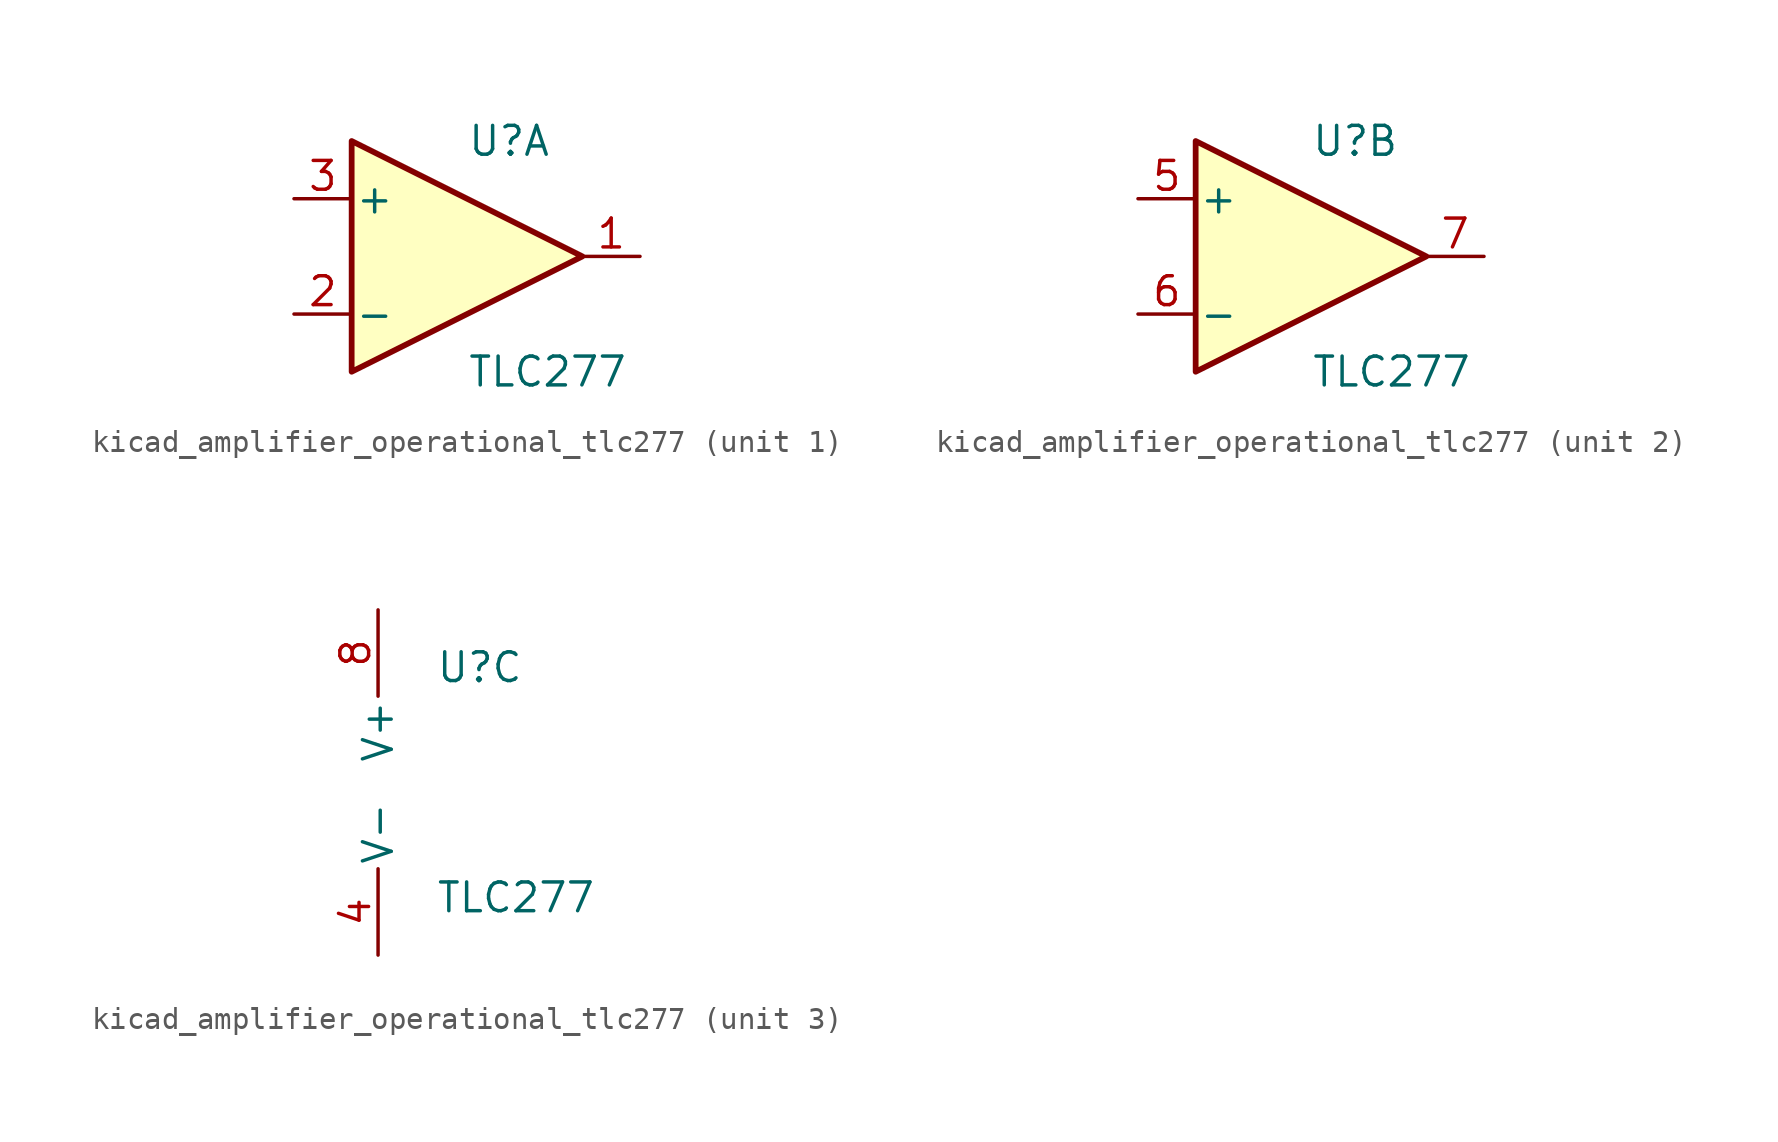
<source format=kicad_sym>
(kicad_symbol_lib
  (version 20220914)
  (generator kicad_symbol_editor)
  (symbol "kicad_amplifier_operational_tlc277"
    (pin_names
      (offset 0.127))
    (property "Reference" "U"
      (at 0 5.08 0)
      (effects (font (size 1.27 1.27)) (justify left)))
    (property "Value" "TLC277"
      (at 0 -5.08 0)
      (effects (font (size 1.27 1.27)) (justify left)))
    (property "ki_locked" ""
      (at 0 0 0)
      (effects (font (size 1.27 1.27))))
    (symbol "kicad_amplifier_operational_tlc277_1_1"
      (polyline (pts (xy -5.08 5.08) (xy 5.08 0) (xy -5.08 -5.08) (xy -5.08 5.08)) (stroke (width 0.254) (type default)) (fill (type background)))
      (pin output line (at 7.62 0 180) (length 2.54) (name "~" (effects (font (size 1.27 1.27)))) (number "1" (effects (font (size 1.27 1.27)))))
      (pin input line (at -7.62 -2.54 0) (length 2.54) (name "-" (effects (font (size 1.27 1.27)))) (number "2" (effects (font (size 1.27 1.27)))))
      (pin input line (at -7.62 2.54 0) (length 2.54) (name "+" (effects (font (size 1.27 1.27)))) (number "3" (effects (font (size 1.27 1.27))))))
    (symbol "kicad_amplifier_operational_tlc277_2_1"
      (polyline (pts (xy -5.08 5.08) (xy 5.08 0) (xy -5.08 -5.08) (xy -5.08 5.08)) (stroke (width 0.254) (type default)) (fill (type background)))
      (pin input line (at -7.62 2.54 0) (length 2.54) (name "+" (effects (font (size 1.27 1.27)))) (number "5" (effects (font (size 1.27 1.27)))))
      (pin input line (at -7.62 -2.54 0) (length 2.54) (name "-" (effects (font (size 1.27 1.27)))) (number "6" (effects (font (size 1.27 1.27)))))
      (pin output line (at 7.62 0 180) (length 2.54) (name "~" (effects (font (size 1.27 1.27)))) (number "7" (effects (font (size 1.27 1.27))))))
    (symbol "kicad_amplifier_operational_tlc277_3_1"
      (pin power_in line (at -2.54 -7.62 90) (length 3.81) (name "V-" (effects (font (size 1.27 1.27)))) (number "4" (effects (font (size 1.27 1.27)))))
      (pin power_in line (at -2.54 7.62 270) (length 3.81) (name "V+" (effects (font (size 1.27 1.27)))) (number "8" (effects (font (size 1.27 1.27))))))))
</source>
